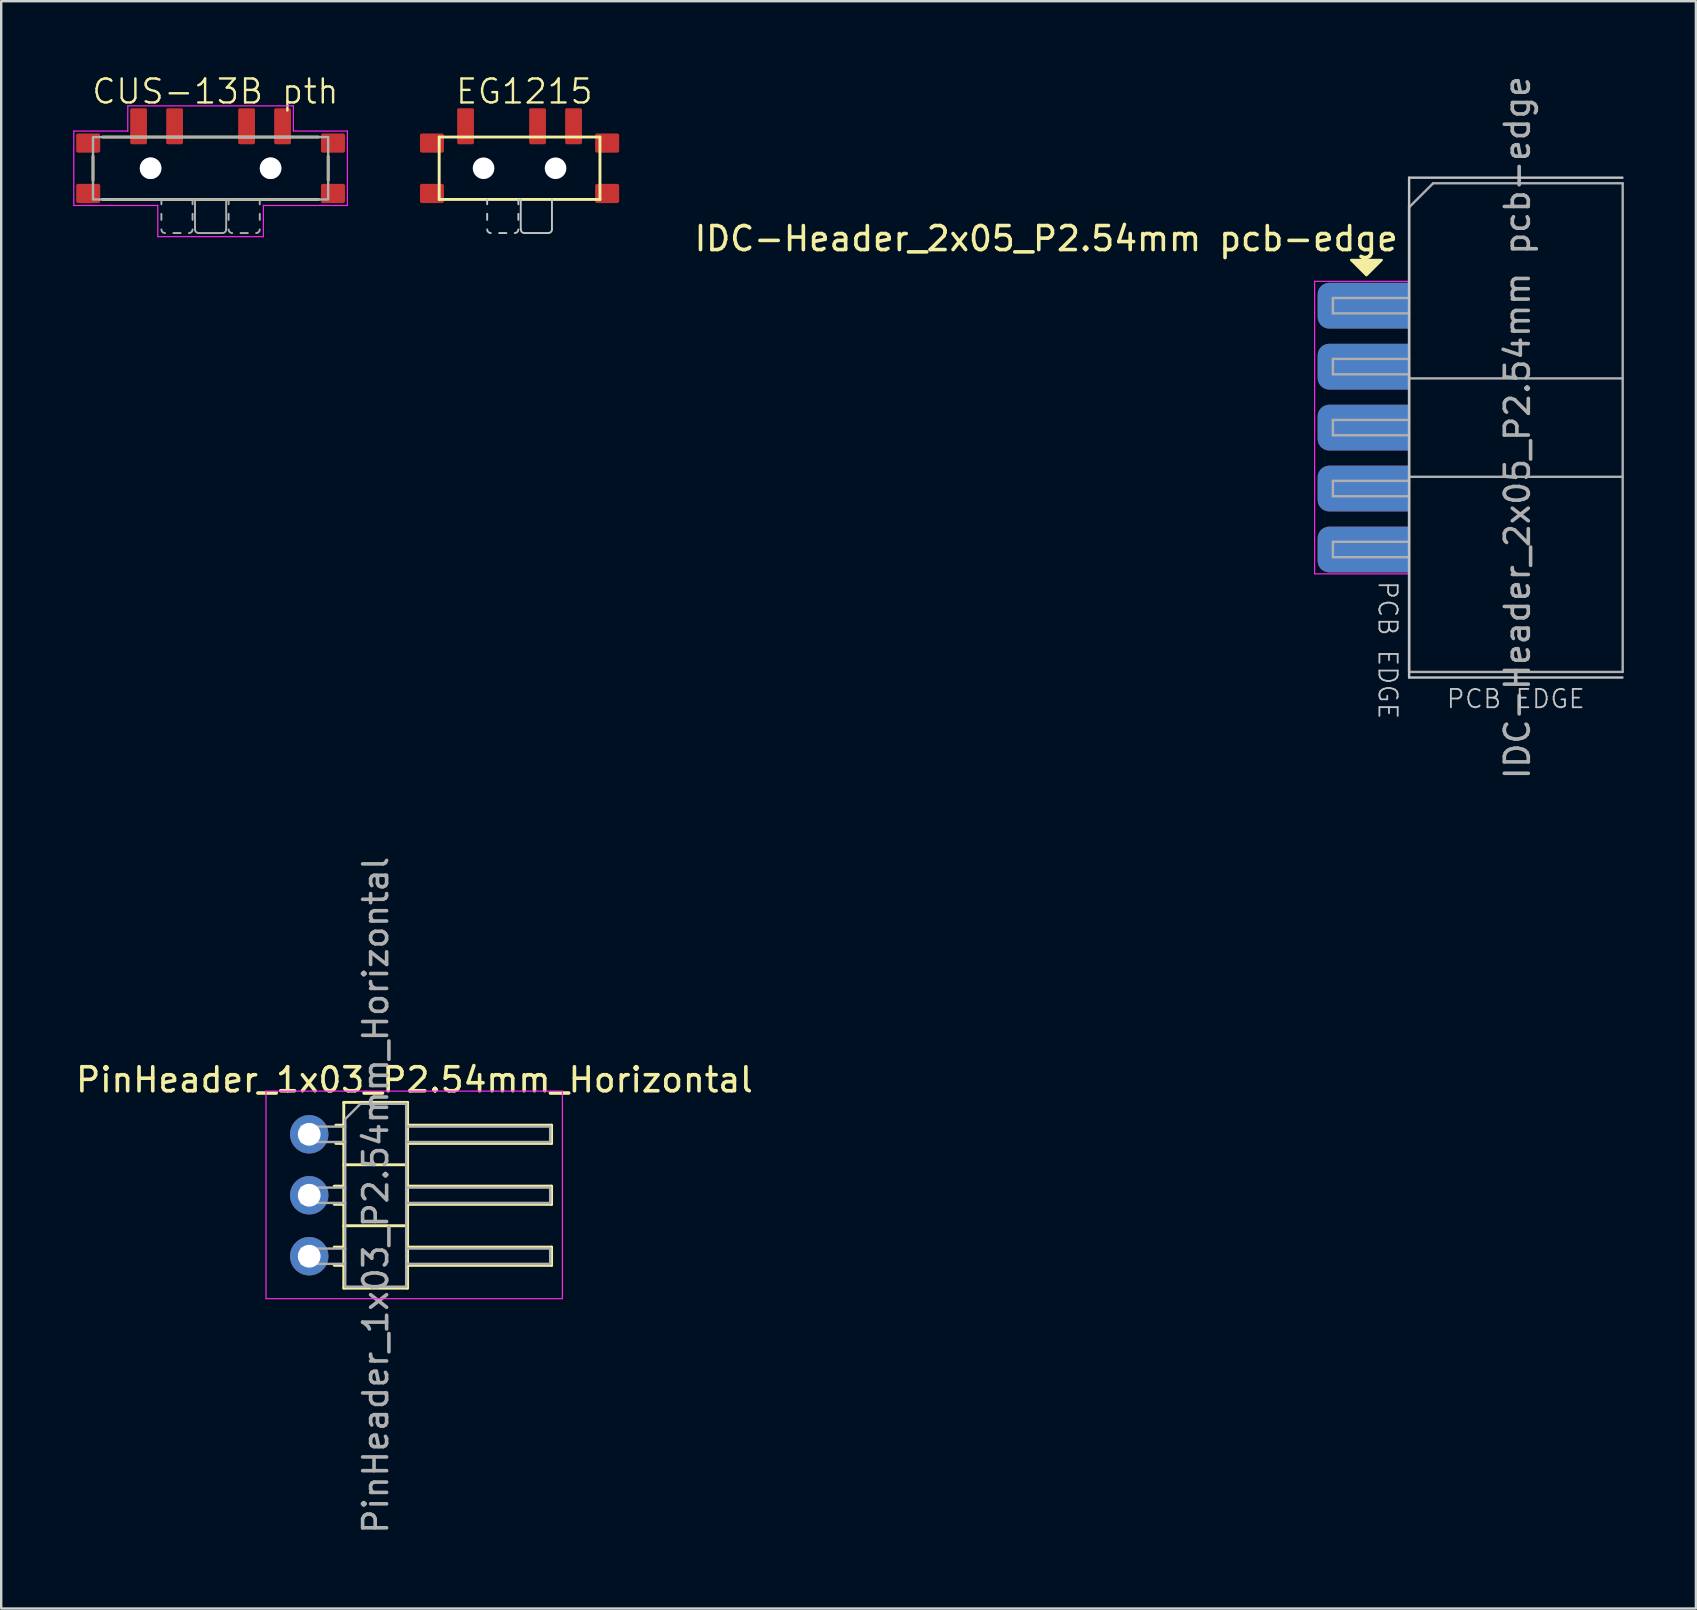
<source format=kicad_pcb>
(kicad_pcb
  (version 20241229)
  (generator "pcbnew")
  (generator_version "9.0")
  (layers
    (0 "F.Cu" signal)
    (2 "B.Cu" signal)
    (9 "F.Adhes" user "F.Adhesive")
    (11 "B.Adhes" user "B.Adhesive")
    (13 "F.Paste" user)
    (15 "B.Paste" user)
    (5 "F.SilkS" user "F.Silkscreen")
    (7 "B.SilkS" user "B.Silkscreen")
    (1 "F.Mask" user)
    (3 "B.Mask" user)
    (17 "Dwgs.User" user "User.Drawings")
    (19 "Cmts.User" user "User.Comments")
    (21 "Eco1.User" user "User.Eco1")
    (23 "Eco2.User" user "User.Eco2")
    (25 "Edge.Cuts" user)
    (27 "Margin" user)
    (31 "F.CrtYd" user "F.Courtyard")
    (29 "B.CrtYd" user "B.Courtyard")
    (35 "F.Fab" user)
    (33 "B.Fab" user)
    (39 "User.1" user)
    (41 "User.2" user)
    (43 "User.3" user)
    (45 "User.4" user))
  (footprint "PinHeader_1x03_P2.54mm_Horizontal"
    (layer "F.Cu")
    (at 9.835 44.216)
    (property "Reference" "PinHeader_1x03_P2.54mm_Horizontal" (at 4.385 -2.27 0) (layer "F.SilkS") (effects (font (size 1 1) (thickness 0.15))))
    (attr through_hole)
    (fp_line (start 1.043 2.16) (end 1.44 2.16) (stroke (width 0.12) (type solid)) (layer "F.SilkS"))
    (fp_line (start 1.043 2.92) (end 1.44 2.92) (stroke (width 0.12) (type solid)) (layer "F.SilkS"))
    (fp_line (start 1.043 4.7) (end 1.44 4.7) (stroke (width 0.12) (type solid)) (layer "F.SilkS"))
    (fp_line (start 1.043 5.46) (end 1.44 5.46) (stroke (width 0.12) (type solid)) (layer "F.SilkS"))
    (fp_line (start 1.11 -0.38) (end 1.44 -0.38) (stroke (width 0.12) (type solid)) (layer "F.SilkS"))
    (fp_line (start 1.11 0.38) (end 1.44 0.38) (stroke (width 0.12) (type solid)) (layer "F.SilkS"))
    (fp_line (start 1.44 -1.33) (end 1.44 6.41) (stroke (width 0.12) (type solid)) (layer "F.SilkS"))
    (fp_line (start 1.44 1.27) (end 4.1 1.27) (stroke (width 0.12) (type solid)) (layer "F.SilkS"))
    (fp_line (start 1.44 3.81) (end 4.1 3.81) (stroke (width 0.12) (type solid)) (layer "F.SilkS"))
    (fp_line (start 1.44 6.41) (end 4.1 6.41) (stroke (width 0.12) (type solid)) (layer "F.SilkS"))
    (fp_line (start 4.1 -1.33) (end 1.44 -1.33) (stroke (width 0.12) (type solid)) (layer "F.SilkS"))
    (fp_line (start 4.1 -0.38) (end 10.1 -0.38) (stroke (width 0.12) (type solid)) (layer "F.SilkS"))
    (fp_line (start 4.1 2.16) (end 10.1 2.16) (stroke (width 0.12) (type solid)) (layer "F.SilkS"))
    (fp_line (start 4.1 4.7) (end 10.1 4.7) (stroke (width 0.12) (type solid)) (layer "F.SilkS"))
    (fp_line (start 4.1 6.41) (end 4.1 -1.33) (stroke (width 0.12) (type solid)) (layer "F.SilkS"))
    (fp_line (start 10.1 -0.38) (end 10.1 0.38) (stroke (width 0.12) (type solid)) (layer "F.SilkS"))
    (fp_line (start 10.1 0.38) (end 4.1 0.38) (stroke (width 0.12) (type solid)) (layer "F.SilkS"))
    (fp_line (start 10.1 2.16) (end 10.1 2.92) (stroke (width 0.12) (type solid)) (layer "F.SilkS"))
    (fp_line (start 10.1 2.92) (end 4.1 2.92) (stroke (width 0.12) (type solid)) (layer "F.SilkS"))
    (fp_line (start 10.1 4.7) (end 10.1 5.46) (stroke (width 0.12) (type solid)) (layer "F.SilkS"))
    (fp_line (start 10.1 5.46) (end 4.1 5.46) (stroke (width 0.12) (type solid)) (layer "F.SilkS"))
    (fp_line (start -1.8 -1.8) (end -1.8 6.85) (stroke (width 0.05) (type solid)) (layer "F.CrtYd"))
    (fp_line (start -1.8 6.85) (end 10.55 6.85) (stroke (width 0.05) (type solid)) (layer "F.CrtYd"))
    (fp_line (start 10.55 -1.8) (end -1.8 -1.8) (stroke (width 0.05) (type solid)) (layer "F.CrtYd"))
    (fp_line (start 10.55 6.85) (end 10.55 -1.8) (stroke (width 0.05) (type solid)) (layer "F.CrtYd"))
    (fp_line (start -0.32 -0.32) (end -0.32 0.32) (stroke (width 0.1) (type solid)) (layer "F.Fab"))
    (fp_line (start -0.32 -0.32) (end 1.5 -0.32) (stroke (width 0.1) (type solid)) (layer "F.Fab"))
    (fp_line (start -0.32 0.32) (end 1.5 0.32) (stroke (width 0.1) (type solid)) (layer "F.Fab"))
    (fp_line (start -0.32 2.22) (end -0.32 2.86) (stroke (width 0.1) (type solid)) (layer "F.Fab"))
    (fp_line (start -0.32 2.22) (end 1.5 2.22) (stroke (width 0.1) (type solid)) (layer "F.Fab"))
    (fp_line (start -0.32 2.86) (end 1.5 2.86) (stroke (width 0.1) (type solid)) (layer "F.Fab"))
    (fp_line (start -0.32 4.76) (end -0.32 5.4) (stroke (width 0.1) (type solid)) (layer "F.Fab"))
    (fp_line (start -0.32 4.76) (end 1.5 4.76) (stroke (width 0.1) (type solid)) (layer "F.Fab"))
    (fp_line (start -0.32 5.4) (end 1.5 5.4) (stroke (width 0.1) (type solid)) (layer "F.Fab"))
    (fp_line (start 1.5 -0.635) (end 2.135 -1.27) (stroke (width 0.1) (type solid)) (layer "F.Fab"))
    (fp_line (start 1.5 6.35) (end 1.5 -0.635) (stroke (width 0.1) (type solid)) (layer "F.Fab"))
    (fp_line (start 2.135 -1.27) (end 4.04 -1.27) (stroke (width 0.1) (type solid)) (layer "F.Fab"))
    (fp_line (start 4.04 -1.27) (end 4.04 6.35) (stroke (width 0.1) (type solid)) (layer "F.Fab"))
    (fp_line (start 4.04 -0.32) (end 10.04 -0.32) (stroke (width 0.1) (type solid)) (layer "F.Fab"))
    (fp_line (start 4.04 0.32) (end 10.04 0.32) (stroke (width 0.1) (type solid)) (layer "F.Fab"))
    (fp_line (start 4.04 2.22) (end 10.04 2.22) (stroke (width 0.1) (type solid)) (layer "F.Fab"))
    (fp_line (start 4.04 2.86) (end 10.04 2.86) (stroke (width 0.1) (type solid)) (layer "F.Fab"))
    (fp_line (start 4.04 4.76) (end 10.04 4.76) (stroke (width 0.1) (type solid)) (layer "F.Fab"))
    (fp_line (start 4.04 5.4) (end 10.04 5.4) (stroke (width 0.1) (type solid)) (layer "F.Fab"))
    (fp_line (start 4.04 6.35) (end 1.5 6.35) (stroke (width 0.1) (type solid)) (layer "F.Fab"))
    (fp_line (start 10.04 -0.32) (end 10.04 0.32) (stroke (width 0.1) (type solid)) (layer "F.Fab"))
    (fp_line (start 10.04 2.22) (end 10.04 2.86) (stroke (width 0.1) (type solid)) (layer "F.Fab"))
    (fp_line (start 10.04 4.76) (end 10.04 5.4) (stroke (width 0.1) (type solid)) (layer "F.Fab"))
    (fp_text user "${REFERENCE}" (at 2.77 2.54 90) (layer "F.Fab") (effects (font (size 1 1) (thickness 0.15))))
    (pad "1" thru_hole circle (at 0 0) (size 1.6 1.6) (drill 0.95) (layers "*.Cu" "*.Mask"))
    (pad "2" thru_hole circle (at 0 2.54) (size 1.6 1.6) (drill 0.95) (layers "*.Cu" "*.Mask"))
    (pad "3" thru_hole circle (at 0 5.08) (size 1.6 1.6) (drill 0.95) (layers "*.Cu" "*.Mask")))
  (footprint "IDC-Header_2x05_P2.54mm pcb-edge"
    (layer "F.Cu")
    (at 55.667 14.768)
    (property "Reference" "IDC-Header_2x05_P2.54mm pcb-edge" (at -0.381 -7.874 0) (unlocked yes) (layer "F.SilkS") (effects (font (size 1 1) (thickness 0.15)) (justify right)))
    (attr through_hole)
    (fp_poly (pts (xy -1.778 -6.35) (xy -2.413 -6.985) (xy -1.143 -6.985)) (stroke (width 0.1) (type solid)) (fill yes) (layer "F.SilkS"))
    (fp_line (start 0 -10.414) (end 0 10.414) (stroke (width 0.1) (type default)) (layer "Dwgs.User"))
    (fp_line (start 0 10.414) (end 8.89 10.414) (stroke (width 0.1) (type default)) (layer "Dwgs.User"))
    (fp_line (start 8.89 -10.414) (end 0 -10.414) (stroke (width 0.1) (type default)) (layer "Dwgs.User"))
    (fp_line (start -3.937 -6.096) (end -3.937 6.096) (stroke (width 0.05) (type solid)) (layer "F.CrtYd"))
    (fp_line (start -3.937 6.096) (end 0 6.096) (stroke (width 0.05) (type solid)) (layer "F.CrtYd"))
    (fp_line (start 0 -6.096) (end -3.937 -6.096) (stroke (width 0.05) (type solid)) (layer "F.CrtYd"))
    (fp_line (start 0 6.096) (end 0 -6.096) (stroke (width 0.05) (type solid)) (layer "F.CrtYd"))
    (fp_line (start -3.175 -5.4) (end -3.175 -4.76) (stroke (width 0.1) (type solid)) (layer "F.Fab"))
    (fp_line (start -3.175 -4.76) (end 0 -4.76) (stroke (width 0.1) (type solid)) (layer "F.Fab"))
    (fp_line (start -3.175 -2.86) (end -3.175 -2.22) (stroke (width 0.1) (type solid)) (layer "F.Fab"))
    (fp_line (start -3.175 -2.22) (end 0 -2.22) (stroke (width 0.1) (type solid)) (layer "F.Fab"))
    (fp_line (start -3.175 -0.32) (end -3.175 0.32) (stroke (width 0.1) (type solid)) (layer "F.Fab"))
    (fp_line (start -3.175 0.32) (end 0 0.32) (stroke (width 0.1) (type solid)) (layer "F.Fab"))
    (fp_line (start -3.175 2.22) (end -3.175 2.86) (stroke (width 0.1) (type solid)) (layer "F.Fab"))
    (fp_line (start -3.175 2.86) (end 0 2.86) (stroke (width 0.1) (type solid)) (layer "F.Fab"))
    (fp_line (start -3.175 4.76) (end -3.175 5.4) (stroke (width 0.1) (type solid)) (layer "F.Fab"))
    (fp_line (start -3.175 5.4) (end 0 5.4) (stroke (width 0.1) (type solid)) (layer "F.Fab"))
    (fp_line (start 0 -9.18) (end 1 -10.18) (stroke (width 0.1) (type solid)) (layer "F.Fab"))
    (fp_line (start 0 -5.4) (end -3.175 -5.4) (stroke (width 0.1) (type solid)) (layer "F.Fab"))
    (fp_line (start 0 -2.86) (end -3.175 -2.86) (stroke (width 0.1) (type solid)) (layer "F.Fab"))
    (fp_line (start 0 -2.05) (end 8.9 -2.05) (stroke (width 0.1) (type solid)) (layer "F.Fab"))
    (fp_line (start 0 -0.32) (end -3.175 -0.32) (stroke (width 0.1) (type solid)) (layer "F.Fab"))
    (fp_line (start 0 2.05) (end 8.9 2.05) (stroke (width 0.1) (type solid)) (layer "F.Fab"))
    (fp_line (start 0 2.22) (end -3.175 2.22) (stroke (width 0.1) (type solid)) (layer "F.Fab"))
    (fp_line (start 0 4.76) (end -3.175 4.76) (stroke (width 0.1) (type solid)) (layer "F.Fab"))
    (fp_line (start 0 10.18) (end 0 -9.18) (stroke (width 0.1) (type solid)) (layer "F.Fab"))
    (fp_line (start 1 -10.18) (end 8.9 -10.18) (stroke (width 0.1) (type solid)) (layer "F.Fab"))
    (fp_line (start 8.9 -10.18) (end 8.9 10.18) (stroke (width 0.1) (type solid)) (layer "F.Fab"))
    (fp_line (start 8.9 10.18) (end 0 10.18) (stroke (width 0.1) (type solid)) (layer "F.Fab"))
    (fp_text user "PCB EDGE" (at -0.889 9.271 270) (unlocked yes) (layer "Dwgs.User") (effects (font (size 0.762 0.762) (thickness 0.076))))
    (fp_text user "PCB EDGE" (at 4.445 11.303 0) (unlocked yes) (layer "Dwgs.User") (effects (font (size 0.762 0.762) (thickness 0.076))))
    (fp_text user "${REFERENCE}" (at 4.512 0 90) (layer "F.Fab") (effects (font (size 1 1) (thickness 0.15))))
    (pad "1" connect roundrect (at -1.905 -5.08) (size 3.81 1.905) (layers "F.Cu" "F.Mask") (roundrect_rratio 0.25) (chamfer_ratio 0) (chamfer top_right bottom_right))
    (pad "2" connect roundrect (at -1.905 -5.08) (size 3.81 1.905) (layers "B.Cu" "B.Mask") (roundrect_rratio 0.25) (chamfer_ratio 0) (chamfer top_right bottom_right))
    (pad "3" connect roundrect (at -1.905 -2.54) (size 3.81 1.905) (layers "F.Cu" "F.Mask") (roundrect_rratio 0.25) (chamfer_ratio 0) (chamfer top_right bottom_right))
    (pad "4" connect roundrect (at -1.905 -2.54) (size 3.81 1.905) (layers "B.Cu" "B.Mask") (roundrect_rratio 0.25) (chamfer_ratio 0) (chamfer top_right bottom_right))
    (pad "5" connect roundrect (at -1.905 0) (size 3.81 1.905) (layers "F.Cu" "F.Mask") (roundrect_rratio 0.25) (chamfer_ratio 0) (chamfer top_right bottom_right))
    (pad "6" connect roundrect (at -1.905 0) (size 3.81 1.905) (layers "B.Cu" "B.Mask") (roundrect_rratio 0.25) (chamfer_ratio 0) (chamfer top_right bottom_right))
    (pad "7" connect roundrect (at -1.905 2.54) (size 3.81 1.905) (layers "F.Cu" "F.Mask") (roundrect_rratio 0.25) (chamfer_ratio 0) (chamfer top_right bottom_right))
    (pad "8" connect roundrect (at -1.905 2.54) (size 3.81 1.905) (layers "B.Cu" "B.Mask") (roundrect_rratio 0.25) (chamfer_ratio 0) (chamfer top_right bottom_right))
    (pad "9" connect roundrect (at -1.905 5.08) (size 3.81 1.905) (layers "F.Cu" "F.Mask") (roundrect_rratio 0.25) (chamfer_ratio 0) (chamfer top_right bottom_right))
    (pad "10" connect roundrect (at -1.905 5.08) (size 3.81 1.905) (layers "B.Cu" "B.Mask") (roundrect_rratio 0.25) (chamfer_ratio 0) (chamfer top_right bottom_right)))
  (footprint "CUS-13B pth"
    (layer "F.Cu")
    (at 5.725 3.961)
    (property "Reference" "CUS-13B pth" (at 0.2 -3.2 0) (layer "F.SilkS") (effects (font (size 1 1) (thickness 0.1))))
    (attr smd)
    (fp_line (start -4.9 -0.5) (end -4.9 0.5) (stroke (width 0.12) (type solid)) (layer "F.SilkS"))
    (fp_line (start -4.5 1.3) (end 4.5 1.3) (stroke (width 0.12) (type solid)) (layer "F.SilkS"))
    (fp_line (start 4.5 -1.3) (end -4.5 -1.3) (stroke (width 0.12) (type solid)) (layer "F.SilkS"))
    (fp_line (start 4.9 0.5) (end 4.9 -0.5) (stroke (width 0.12) (type solid)) (layer "F.SilkS"))
    (fp_line (start -5.7 -1.55) (end -3.45 -1.55) (stroke (width 0.05) (type default)) (layer "F.CrtYd"))
    (fp_line (start -5.7 1.55) (end -5.7 -1.55) (stroke (width 0.05) (type default)) (layer "F.CrtYd"))
    (fp_line (start -3.45 -2.6) (end 3.45 -2.6) (stroke (width 0.05) (type default)) (layer "F.CrtYd"))
    (fp_line (start -3.45 -1.55) (end -3.45 -2.6) (stroke (width 0.05) (type default)) (layer "F.CrtYd"))
    (fp_line (start -2.2 1.55) (end -5.7 1.55) (stroke (width 0.05) (type default)) (layer "F.CrtYd"))
    (fp_line (start -2.2 2.85) (end -2.2 1.55) (stroke (width 0.05) (type default)) (layer "F.CrtYd"))
    (fp_line (start 2.2 1.55) (end 2.2 2.85) (stroke (width 0.05) (type default)) (layer "F.CrtYd"))
    (fp_line (start 2.2 2.85) (end -2.2 2.85) (stroke (width 0.05) (type default)) (layer "F.CrtYd"))
    (fp_line (start 3.45 -2.6) (end 3.45 -1.55) (stroke (width 0.05) (type default)) (layer "F.CrtYd"))
    (fp_line (start 3.45 -1.55) (end 5.7 -1.55) (stroke (width 0.05) (type default)) (layer "F.CrtYd"))
    (fp_line (start 5.7 -1.55) (end 5.7 1.55) (stroke (width 0.05) (type default)) (layer "F.CrtYd"))
    (fp_line (start 5.7 1.55) (end 2.2 1.55) (stroke (width 0.05) (type default)) (layer "F.CrtYd"))
    (fp_line (start -2.05 1.3) (end -2.05 1.5) (stroke (width 0.08) (type solid)) (layer "F.Fab"))
    (fp_line (start -2.05 1.9) (end -2.05 2.15) (stroke (width 0.08) (type solid)) (layer "F.Fab"))
    (fp_line (start -1.55 2.7) (end -1.25 2.7) (stroke (width 0.08) (type solid)) (layer "F.Fab"))
    (fp_line (start -0.75 1.5) (end -0.75 1.3) (stroke (width 0.08) (type solid)) (layer "F.Fab"))
    (fp_line (start -0.75 2.15) (end -0.75 1.9) (stroke (width 0.08) (type solid)) (layer "F.Fab"))
    (fp_line (start -0.65 1.3) (end -0.65 2.55) (stroke (width 0.08) (type solid)) (layer "F.Fab"))
    (fp_line (start -0.5 2.7) (end 0.5 2.7) (stroke (width 0.08) (type solid)) (layer "F.Fab"))
    (fp_line (start 0.65 2.55) (end 0.65 1.3) (stroke (width 0.08) (type solid)) (layer "F.Fab"))
    (fp_line (start 0.75 1.3) (end 0.75 1.5) (stroke (width 0.08) (type solid)) (layer "F.Fab"))
    (fp_line (start 0.75 1.9) (end 0.75 2.15) (stroke (width 0.08) (type solid)) (layer "F.Fab"))
    (fp_line (start 1.25 2.7) (end 1.55 2.7) (stroke (width 0.08) (type solid)) (layer "F.Fab"))
    (fp_line (start 2.05 1.5) (end 2.05 1.3) (stroke (width 0.08) (type solid)) (layer "F.Fab"))
    (fp_line (start 2.05 2.15) (end 2.05 1.9) (stroke (width 0.08) (type solid)) (layer "F.Fab"))
    (fp_rect (start -4.9 -1.3) (end 4.9 1.3) (stroke (width 0.1) (type default)) (fill no) (layer "F.Fab"))
    (fp_arc (start -1.9 2.7) (mid -2.006066 2.656066) (end -2.05 2.55) (stroke (width 0.08) (type solid)) (layer "F.Fab"))
    (fp_arc (start -0.75 2.55) (mid -0.793934 2.656066) (end -0.9 2.7) (stroke (width 0.08) (type solid)) (layer "F.Fab"))
    (fp_arc (start -0.5 2.7) (mid -0.606066 2.656066) (end -0.65 2.55) (stroke (width 0.08) (type solid)) (layer "F.Fab"))
    (fp_arc (start 0.65 2.55) (mid 0.606066 2.656066) (end 0.5 2.7) (stroke (width 0.08) (type solid)) (layer "F.Fab"))
    (fp_arc (start 0.9 2.7) (mid 0.793934 2.656066) (end 0.75 2.55) (stroke (width 0.08) (type solid)) (layer "F.Fab"))
    (fp_arc (start 2.05 2.55) (mid 2.006066 2.656066) (end 1.9 2.7) (stroke (width 0.08) (type solid)) (layer "F.Fab"))
    (pad "1" smd roundrect (at -3 -1.75) (size 0.7 1.5) (layers "F.Cu" "F.Mask" "F.Paste") (roundrect_rratio 0.1))
    (pad "2" smd roundrect (at -1.5 -1.75) (size 0.7 1.5) (layers "F.Cu" "F.Mask" "F.Paste") (roundrect_rratio 0.1))
    (pad "3" smd roundrect (at 1.5 -1.75) (size 0.7 1.5) (layers "F.Cu" "F.Mask" "F.Paste") (roundrect_rratio 0.1))
    (pad "4" smd roundrect (at 3 -1.75) (size 0.7 1.5) (layers "F.Cu" "F.Mask" "F.Paste") (roundrect_rratio 0.1))
    (pad "M" thru_hole circle (at -2.5 0) (size 0.9 0.9) (drill 0.9) (layers "*.Cu" "*.Mask"))
    (pad "M" thru_hole circle (at 2.5 0) (size 0.9 0.9) (drill 0.9) (layers "*.Cu" "*.Mask"))
    (pad "S" smd roundrect (at -5.1 -1.05) (size 1 0.8) (layers "F.Cu" "F.Mask" "F.Paste") (roundrect_rratio 0.1))
    (pad "S" smd roundrect (at -5.1 1.05) (size 1 0.8) (layers "F.Cu" "F.Mask" "F.Paste") (roundrect_rratio 0.1))
    (pad "S" smd roundrect (at 5.1 -1.05) (size 1 0.8) (layers "F.Cu" "F.Mask" "F.Paste") (roundrect_rratio 0.1))
    (pad "S" smd roundrect (at 5.1 1.05) (size 1 0.8) (layers "F.Cu" "F.Mask" "F.Paste") (roundrect_rratio 0.1)))
  (footprint "EG1215"
    (layer "F.Cu")
    (at 18.6 3.961)
    (property "Reference" "EG1215" (at 0.2 -3.2 0) (layer "F.SilkS") (effects (font (size 1 1) (thickness 0.1))))
    (attr smd)
    (fp_line (start -3.35 -1.3) (end -3.35 1.3) (stroke (width 0.12) (type solid)) (layer "F.SilkS"))
    (fp_line (start -3.35 1.3) (end 3.35 1.3) (stroke (width 0.12) (type solid)) (layer "F.SilkS"))
    (fp_line (start 3.35 -1.3) (end -3.35 -1.3) (stroke (width 0.12) (type solid)) (layer "F.SilkS"))
    (fp_line (start 3.35 1.3) (end 3.35 -1.3) (stroke (width 0.12) (type solid)) (layer "F.SilkS"))
    (fp_line (start -1.35 1.3) (end -1.35 1.5) (stroke (width 0.08) (type solid)) (layer "Dwgs.User"))
    (fp_line (start -1.35 1.9) (end -1.35 2.15) (stroke (width 0.08) (type solid)) (layer "Dwgs.User"))
    (fp_line (start -0.85 2.7) (end -0.55 2.7) (stroke (width 0.08) (type solid)) (layer "Dwgs.User"))
    (fp_line (start -0.05 1.5) (end -0.05 1.3) (stroke (width 0.08) (type solid)) (layer "Dwgs.User"))
    (fp_line (start -0.05 2.15) (end -0.05 1.9) (stroke (width 0.08) (type solid)) (layer "Dwgs.User"))
    (fp_line (start 0.05 1.3) (end 0.05 2.55) (stroke (width 0.08) (type solid)) (layer "Dwgs.User"))
    (fp_line (start 0.2 2.7) (end 1.2 2.7) (stroke (width 0.08) (type solid)) (layer "Dwgs.User"))
    (fp_line (start 1.35 2.55) (end 1.35 1.3) (stroke (width 0.08) (type solid)) (layer "Dwgs.User"))
    (fp_arc (start -1.2 2.7) (mid -1.306066 2.656066) (end -1.35 2.55) (stroke (width 0.08) (type solid)) (layer "Dwgs.User"))
    (fp_arc (start -0.05 2.55) (mid -0.093934 2.656066) (end -0.2 2.7) (stroke (width 0.08) (type solid)) (layer "Dwgs.User"))
    (fp_arc (start 0.2 2.7) (mid 0.093934 2.656066) (end 0.05 2.55) (stroke (width 0.08) (type solid)) (layer "Dwgs.User"))
    (fp_arc (start 1.35 2.55) (mid 1.306066 2.656066) (end 1.2 2.7) (stroke (width 0.08) (type solid)) (layer "Dwgs.User"))
    (pad "" np_thru_hole circle (at -1.5 0) (size 0.9 0.9) (drill 0.9) (layers "*.Cu" "*.Mask"))
    (pad "" np_thru_hole circle (at 1.5 0) (size 0.9 0.9) (drill 0.9) (layers "*.Cu" "*.Mask"))
    (pad "1" smd roundrect (at -2.25 -1.75) (size 0.7 1.5) (layers "F.Cu" "F.Mask" "F.Paste") (roundrect_rratio 0.1))
    (pad "2" smd roundrect (at 0.75 -1.75) (size 0.7 1.5) (layers "F.Cu" "F.Mask" "F.Paste") (roundrect_rratio 0.1))
    (pad "3" smd roundrect (at 2.25 -1.75) (size 0.7 1.5) (layers "F.Cu" "F.Mask" "F.Paste") (roundrect_rratio 0.1))
    (pad "S" smd roundrect (at -3.65 -1.05) (size 1 0.8) (layers "F.Cu" "F.Mask" "F.Paste") (roundrect_rratio 0.1))
    (pad "S" smd roundrect (at -3.65 1.05) (size 1 0.8) (layers "F.Cu" "F.Mask" "F.Paste") (roundrect_rratio 0.1))
    (pad "S" smd roundrect (at 3.65 -1.05) (size 1 0.8) (layers "F.Cu" "F.Mask" "F.Paste") (roundrect_rratio 0.1))
    (pad "S" smd roundrect (at 3.65 1.05) (size 1 0.8) (layers "F.Cu" "F.Mask" "F.Paste") (roundrect_rratio 0.1)))
  (gr_rect
    (start -3 -3)
    (end 67.617 63.976)
    (stroke (width 0.1) (type default))
    (fill no)
    (layer "Edge.Cuts")))
</source>
